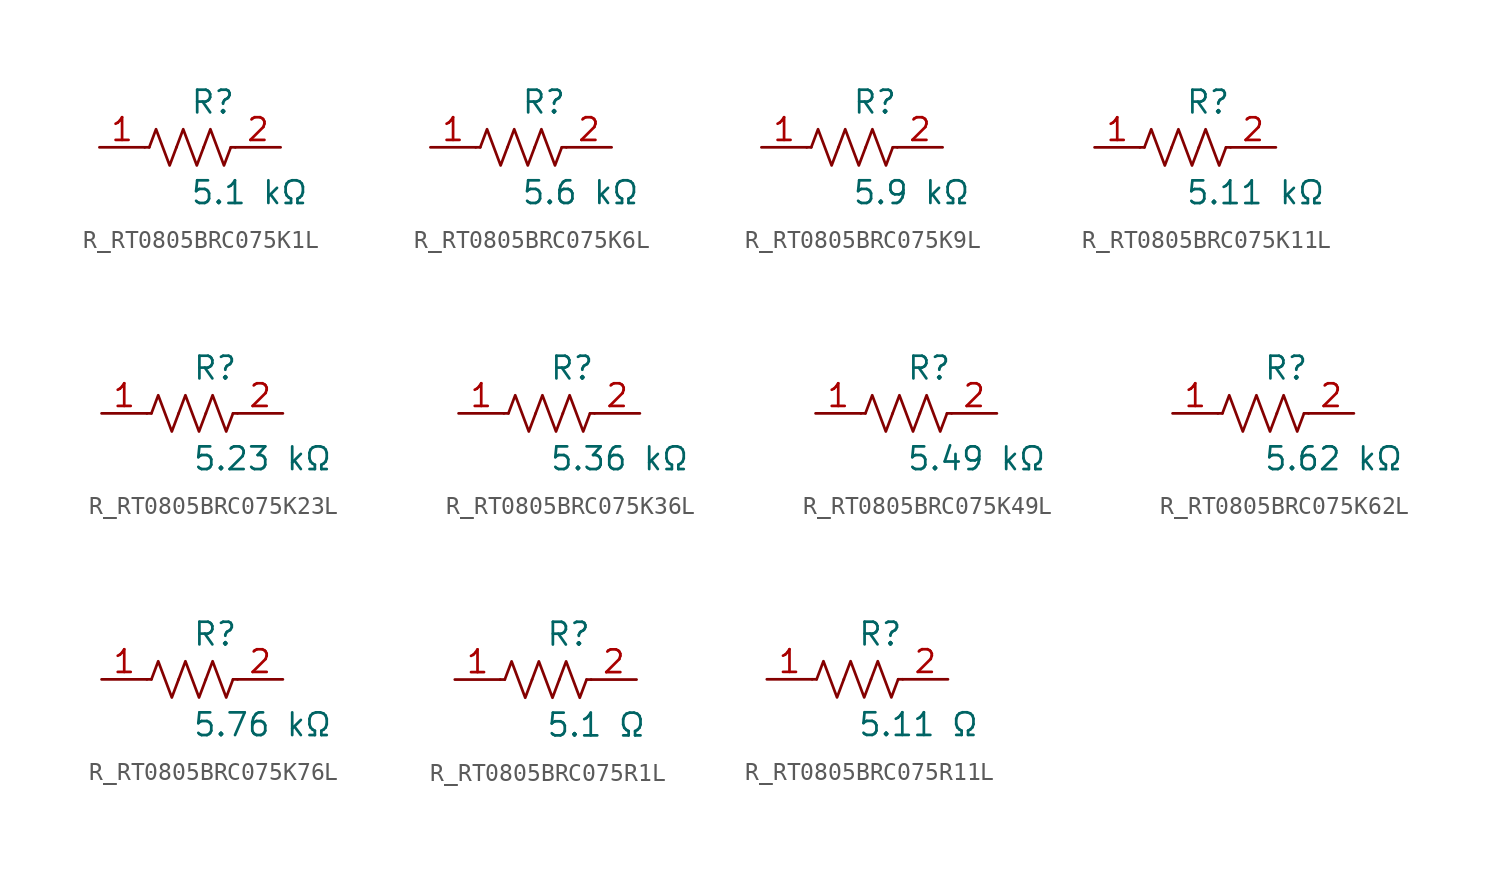
<source format=kicad_sym>
(kicad_symbol_lib
  (version 20231120)
  (generator kicad_symbol_editor)
  (generator_version 8.0)
  (symbol "R_RT0805BRC075K1L"
    (pin_names
      (offset 0.254))
    (property "Reference" "R"
      (at 0 2.54 0)
      (effects (font (size 1.27 1.27)) (justify left)))
    (property "Value" "5.1 kΩ"
      (at 0 -2.54 0)
      (effects (font (size 1.27 1.27)) (justify left)))
    (symbol "R_RT0805BRC075K1L_0_1"
      (polyline (pts (xy 2.286 0) (xy 2.54 0)) (stroke (width 0) (type default)) (fill (type none)))
      (polyline (pts (xy -2.286 0) (xy -2.54 0)) (stroke (width 0) (type default)) (fill (type none)))
      (polyline (pts (xy 0.762 0) (xy 1.143 1.016) (xy 1.524 0) (xy 1.905 -1.016) (xy 2.286 0)) (stroke (width 0) (type default)) (fill (type none)))
      (polyline (pts (xy -0.762 0) (xy -0.381 1.016) (xy 0 0) (xy 0.381 -1.016) (xy 0.762 0)) (stroke (width 0) (type default)) (fill (type none)))
      (polyline (pts (xy -2.286 0) (xy -1.905 1.016) (xy -1.524 0) (xy -1.143 -1.016) (xy -0.762 0)) (stroke (width 0) (type default)) (fill (type none))))
    (pin unspecified line
      (at -5.08 0 0)
      (length 2.54)
      (name "" (effects (font (size 1.27 1.27))))
      (number "1" (effects (font (size 1.27 1.27)))))
    (pin unspecified line
      (at 5.08 0 180)
      (length 2.54)
      (name "" (effects (font (size 1.27 1.27))))
      (number "2" (effects (font (size 1.27 1.27))))))
  (symbol "R_RT0805BRC075K6L"
    (pin_names
      (offset 0.254))
    (property "Reference" "R"
      (at 0 2.54 0)
      (effects (font (size 1.27 1.27)) (justify left)))
    (property "Value" "5.6 kΩ"
      (at 0 -2.54 0)
      (effects (font (size 1.27 1.27)) (justify left)))
    (symbol "R_RT0805BRC075K6L_0_1"
      (polyline (pts (xy 2.286 0) (xy 2.54 0)) (stroke (width 0) (type default)) (fill (type none)))
      (polyline (pts (xy -2.286 0) (xy -2.54 0)) (stroke (width 0) (type default)) (fill (type none)))
      (polyline (pts (xy 0.762 0) (xy 1.143 1.016) (xy 1.524 0) (xy 1.905 -1.016) (xy 2.286 0)) (stroke (width 0) (type default)) (fill (type none)))
      (polyline (pts (xy -0.762 0) (xy -0.381 1.016) (xy 0 0) (xy 0.381 -1.016) (xy 0.762 0)) (stroke (width 0) (type default)) (fill (type none)))
      (polyline (pts (xy -2.286 0) (xy -1.905 1.016) (xy -1.524 0) (xy -1.143 -1.016) (xy -0.762 0)) (stroke (width 0) (type default)) (fill (type none))))
    (pin unspecified line
      (at -5.08 0 0)
      (length 2.54)
      (name "" (effects (font (size 1.27 1.27))))
      (number "1" (effects (font (size 1.27 1.27)))))
    (pin unspecified line
      (at 5.08 0 180)
      (length 2.54)
      (name "" (effects (font (size 1.27 1.27))))
      (number "2" (effects (font (size 1.27 1.27))))))
  (symbol "R_RT0805BRC075K9L"
    (pin_names
      (offset 0.254))
    (property "Reference" "R"
      (at 0 2.54 0)
      (effects (font (size 1.27 1.27)) (justify left)))
    (property "Value" "5.9 kΩ"
      (at 0 -2.54 0)
      (effects (font (size 1.27 1.27)) (justify left)))
    (symbol "R_RT0805BRC075K9L_0_1"
      (polyline (pts (xy 2.286 0) (xy 2.54 0)) (stroke (width 0) (type default)) (fill (type none)))
      (polyline (pts (xy -2.286 0) (xy -2.54 0)) (stroke (width 0) (type default)) (fill (type none)))
      (polyline (pts (xy 0.762 0) (xy 1.143 1.016) (xy 1.524 0) (xy 1.905 -1.016) (xy 2.286 0)) (stroke (width 0) (type default)) (fill (type none)))
      (polyline (pts (xy -0.762 0) (xy -0.381 1.016) (xy 0 0) (xy 0.381 -1.016) (xy 0.762 0)) (stroke (width 0) (type default)) (fill (type none)))
      (polyline (pts (xy -2.286 0) (xy -1.905 1.016) (xy -1.524 0) (xy -1.143 -1.016) (xy -0.762 0)) (stroke (width 0) (type default)) (fill (type none))))
    (pin unspecified line
      (at -5.08 0 0)
      (length 2.54)
      (name "" (effects (font (size 1.27 1.27))))
      (number "1" (effects (font (size 1.27 1.27)))))
    (pin unspecified line
      (at 5.08 0 180)
      (length 2.54)
      (name "" (effects (font (size 1.27 1.27))))
      (number "2" (effects (font (size 1.27 1.27))))))
  (symbol "R_RT0805BRC075K11L"
    (pin_names
      (offset 0.254))
    (property "Reference" "R"
      (at 0 2.54 0)
      (effects (font (size 1.27 1.27)) (justify left)))
    (property "Value" "5.11 kΩ"
      (at 0 -2.54 0)
      (effects (font (size 1.27 1.27)) (justify left)))
    (symbol "R_RT0805BRC075K11L_0_1"
      (polyline (pts (xy 2.286 0) (xy 2.54 0)) (stroke (width 0) (type default)) (fill (type none)))
      (polyline (pts (xy -2.286 0) (xy -2.54 0)) (stroke (width 0) (type default)) (fill (type none)))
      (polyline (pts (xy 0.762 0) (xy 1.143 1.016) (xy 1.524 0) (xy 1.905 -1.016) (xy 2.286 0)) (stroke (width 0) (type default)) (fill (type none)))
      (polyline (pts (xy -0.762 0) (xy -0.381 1.016) (xy 0 0) (xy 0.381 -1.016) (xy 0.762 0)) (stroke (width 0) (type default)) (fill (type none)))
      (polyline (pts (xy -2.286 0) (xy -1.905 1.016) (xy -1.524 0) (xy -1.143 -1.016) (xy -0.762 0)) (stroke (width 0) (type default)) (fill (type none))))
    (pin unspecified line
      (at -5.08 0 0)
      (length 2.54)
      (name "" (effects (font (size 1.27 1.27))))
      (number "1" (effects (font (size 1.27 1.27)))))
    (pin unspecified line
      (at 5.08 0 180)
      (length 2.54)
      (name "" (effects (font (size 1.27 1.27))))
      (number "2" (effects (font (size 1.27 1.27))))))
  (symbol "R_RT0805BRC075K23L"
    (pin_names
      (offset 0.254))
    (property "Reference" "R"
      (at 0 2.54 0)
      (effects (font (size 1.27 1.27)) (justify left)))
    (property "Value" "5.23 kΩ"
      (at 0 -2.54 0)
      (effects (font (size 1.27 1.27)) (justify left)))
    (symbol "R_RT0805BRC075K23L_0_1"
      (polyline (pts (xy 2.286 0) (xy 2.54 0)) (stroke (width 0) (type default)) (fill (type none)))
      (polyline (pts (xy -2.286 0) (xy -2.54 0)) (stroke (width 0) (type default)) (fill (type none)))
      (polyline (pts (xy 0.762 0) (xy 1.143 1.016) (xy 1.524 0) (xy 1.905 -1.016) (xy 2.286 0)) (stroke (width 0) (type default)) (fill (type none)))
      (polyline (pts (xy -0.762 0) (xy -0.381 1.016) (xy 0 0) (xy 0.381 -1.016) (xy 0.762 0)) (stroke (width 0) (type default)) (fill (type none)))
      (polyline (pts (xy -2.286 0) (xy -1.905 1.016) (xy -1.524 0) (xy -1.143 -1.016) (xy -0.762 0)) (stroke (width 0) (type default)) (fill (type none))))
    (pin unspecified line
      (at -5.08 0 0)
      (length 2.54)
      (name "" (effects (font (size 1.27 1.27))))
      (number "1" (effects (font (size 1.27 1.27)))))
    (pin unspecified line
      (at 5.08 0 180)
      (length 2.54)
      (name "" (effects (font (size 1.27 1.27))))
      (number "2" (effects (font (size 1.27 1.27))))))
  (symbol "R_RT0805BRC075K36L"
    (pin_names
      (offset 0.254))
    (property "Reference" "R"
      (at 0 2.54 0)
      (effects (font (size 1.27 1.27)) (justify left)))
    (property "Value" "5.36 kΩ"
      (at 0 -2.54 0)
      (effects (font (size 1.27 1.27)) (justify left)))
    (symbol "R_RT0805BRC075K36L_0_1"
      (polyline (pts (xy 2.286 0) (xy 2.54 0)) (stroke (width 0) (type default)) (fill (type none)))
      (polyline (pts (xy -2.286 0) (xy -2.54 0)) (stroke (width 0) (type default)) (fill (type none)))
      (polyline (pts (xy 0.762 0) (xy 1.143 1.016) (xy 1.524 0) (xy 1.905 -1.016) (xy 2.286 0)) (stroke (width 0) (type default)) (fill (type none)))
      (polyline (pts (xy -0.762 0) (xy -0.381 1.016) (xy 0 0) (xy 0.381 -1.016) (xy 0.762 0)) (stroke (width 0) (type default)) (fill (type none)))
      (polyline (pts (xy -2.286 0) (xy -1.905 1.016) (xy -1.524 0) (xy -1.143 -1.016) (xy -0.762 0)) (stroke (width 0) (type default)) (fill (type none))))
    (pin unspecified line
      (at -5.08 0 0)
      (length 2.54)
      (name "" (effects (font (size 1.27 1.27))))
      (number "1" (effects (font (size 1.27 1.27)))))
    (pin unspecified line
      (at 5.08 0 180)
      (length 2.54)
      (name "" (effects (font (size 1.27 1.27))))
      (number "2" (effects (font (size 1.27 1.27))))))
  (symbol "R_RT0805BRC075K49L"
    (pin_names
      (offset 0.254))
    (property "Reference" "R"
      (at 0 2.54 0)
      (effects (font (size 1.27 1.27)) (justify left)))
    (property "Value" "5.49 kΩ"
      (at 0 -2.54 0)
      (effects (font (size 1.27 1.27)) (justify left)))
    (symbol "R_RT0805BRC075K49L_0_1"
      (polyline (pts (xy 2.286 0) (xy 2.54 0)) (stroke (width 0) (type default)) (fill (type none)))
      (polyline (pts (xy -2.286 0) (xy -2.54 0)) (stroke (width 0) (type default)) (fill (type none)))
      (polyline (pts (xy 0.762 0) (xy 1.143 1.016) (xy 1.524 0) (xy 1.905 -1.016) (xy 2.286 0)) (stroke (width 0) (type default)) (fill (type none)))
      (polyline (pts (xy -0.762 0) (xy -0.381 1.016) (xy 0 0) (xy 0.381 -1.016) (xy 0.762 0)) (stroke (width 0) (type default)) (fill (type none)))
      (polyline (pts (xy -2.286 0) (xy -1.905 1.016) (xy -1.524 0) (xy -1.143 -1.016) (xy -0.762 0)) (stroke (width 0) (type default)) (fill (type none))))
    (pin unspecified line
      (at -5.08 0 0)
      (length 2.54)
      (name "" (effects (font (size 1.27 1.27))))
      (number "1" (effects (font (size 1.27 1.27)))))
    (pin unspecified line
      (at 5.08 0 180)
      (length 2.54)
      (name "" (effects (font (size 1.27 1.27))))
      (number "2" (effects (font (size 1.27 1.27))))))
  (symbol "R_RT0805BRC075K62L"
    (pin_names
      (offset 0.254))
    (property "Reference" "R"
      (at 0 2.54 0)
      (effects (font (size 1.27 1.27)) (justify left)))
    (property "Value" "5.62 kΩ"
      (at 0 -2.54 0)
      (effects (font (size 1.27 1.27)) (justify left)))
    (symbol "R_RT0805BRC075K62L_0_1"
      (polyline (pts (xy 2.286 0) (xy 2.54 0)) (stroke (width 0) (type default)) (fill (type none)))
      (polyline (pts (xy -2.286 0) (xy -2.54 0)) (stroke (width 0) (type default)) (fill (type none)))
      (polyline (pts (xy 0.762 0) (xy 1.143 1.016) (xy 1.524 0) (xy 1.905 -1.016) (xy 2.286 0)) (stroke (width 0) (type default)) (fill (type none)))
      (polyline (pts (xy -0.762 0) (xy -0.381 1.016) (xy 0 0) (xy 0.381 -1.016) (xy 0.762 0)) (stroke (width 0) (type default)) (fill (type none)))
      (polyline (pts (xy -2.286 0) (xy -1.905 1.016) (xy -1.524 0) (xy -1.143 -1.016) (xy -0.762 0)) (stroke (width 0) (type default)) (fill (type none))))
    (pin unspecified line
      (at -5.08 0 0)
      (length 2.54)
      (name "" (effects (font (size 1.27 1.27))))
      (number "1" (effects (font (size 1.27 1.27)))))
    (pin unspecified line
      (at 5.08 0 180)
      (length 2.54)
      (name "" (effects (font (size 1.27 1.27))))
      (number "2" (effects (font (size 1.27 1.27))))))
  (symbol "R_RT0805BRC075K76L"
    (pin_names
      (offset 0.254))
    (property "Reference" "R"
      (at 0 2.54 0)
      (effects (font (size 1.27 1.27)) (justify left)))
    (property "Value" "5.76 kΩ"
      (at 0 -2.54 0)
      (effects (font (size 1.27 1.27)) (justify left)))
    (symbol "R_RT0805BRC075K76L_0_1"
      (polyline (pts (xy 2.286 0) (xy 2.54 0)) (stroke (width 0) (type default)) (fill (type none)))
      (polyline (pts (xy -2.286 0) (xy -2.54 0)) (stroke (width 0) (type default)) (fill (type none)))
      (polyline (pts (xy 0.762 0) (xy 1.143 1.016) (xy 1.524 0) (xy 1.905 -1.016) (xy 2.286 0)) (stroke (width 0) (type default)) (fill (type none)))
      (polyline (pts (xy -0.762 0) (xy -0.381 1.016) (xy 0 0) (xy 0.381 -1.016) (xy 0.762 0)) (stroke (width 0) (type default)) (fill (type none)))
      (polyline (pts (xy -2.286 0) (xy -1.905 1.016) (xy -1.524 0) (xy -1.143 -1.016) (xy -0.762 0)) (stroke (width 0) (type default)) (fill (type none))))
    (pin unspecified line
      (at -5.08 0 0)
      (length 2.54)
      (name "" (effects (font (size 1.27 1.27))))
      (number "1" (effects (font (size 1.27 1.27)))))
    (pin unspecified line
      (at 5.08 0 180)
      (length 2.54)
      (name "" (effects (font (size 1.27 1.27))))
      (number "2" (effects (font (size 1.27 1.27))))))
  (symbol "R_RT0805BRC075R1L"
    (pin_names
      (offset 0.254))
    (property "Reference" "R"
      (at 0 2.54 0)
      (effects (font (size 1.27 1.27)) (justify left)))
    (property "Value" "5.1 Ω"
      (at 0 -2.54 0)
      (effects (font (size 1.27 1.27)) (justify left)))
    (symbol "R_RT0805BRC075R1L_0_1"
      (polyline (pts (xy 2.286 0) (xy 2.54 0)) (stroke (width 0) (type default)) (fill (type none)))
      (polyline (pts (xy -2.286 0) (xy -2.54 0)) (stroke (width 0) (type default)) (fill (type none)))
      (polyline (pts (xy 0.762 0) (xy 1.143 1.016) (xy 1.524 0) (xy 1.905 -1.016) (xy 2.286 0)) (stroke (width 0) (type default)) (fill (type none)))
      (polyline (pts (xy -0.762 0) (xy -0.381 1.016) (xy 0 0) (xy 0.381 -1.016) (xy 0.762 0)) (stroke (width 0) (type default)) (fill (type none)))
      (polyline (pts (xy -2.286 0) (xy -1.905 1.016) (xy -1.524 0) (xy -1.143 -1.016) (xy -0.762 0)) (stroke (width 0) (type default)) (fill (type none))))
    (pin unspecified line
      (at -5.08 0 0)
      (length 2.54)
      (name "" (effects (font (size 1.27 1.27))))
      (number "1" (effects (font (size 1.27 1.27)))))
    (pin unspecified line
      (at 5.08 0 180)
      (length 2.54)
      (name "" (effects (font (size 1.27 1.27))))
      (number "2" (effects (font (size 1.27 1.27))))))
  (symbol "R_RT0805BRC075R11L"
    (pin_names
      (offset 0.254))
    (property "Reference" "R"
      (at 0 2.54 0)
      (effects (font (size 1.27 1.27)) (justify left)))
    (property "Value" "5.11 Ω"
      (at 0 -2.54 0)
      (effects (font (size 1.27 1.27)) (justify left)))
    (symbol "R_RT0805BRC075R11L_0_1"
      (polyline (pts (xy 2.286 0) (xy 2.54 0)) (stroke (width 0) (type default)) (fill (type none)))
      (polyline (pts (xy -2.286 0) (xy -2.54 0)) (stroke (width 0) (type default)) (fill (type none)))
      (polyline (pts (xy 0.762 0) (xy 1.143 1.016) (xy 1.524 0) (xy 1.905 -1.016) (xy 2.286 0)) (stroke (width 0) (type default)) (fill (type none)))
      (polyline (pts (xy -0.762 0) (xy -0.381 1.016) (xy 0 0) (xy 0.381 -1.016) (xy 0.762 0)) (stroke (width 0) (type default)) (fill (type none)))
      (polyline (pts (xy -2.286 0) (xy -1.905 1.016) (xy -1.524 0) (xy -1.143 -1.016) (xy -0.762 0)) (stroke (width 0) (type default)) (fill (type none))))
    (pin unspecified line
      (at -5.08 0 0)
      (length 2.54)
      (name "" (effects (font (size 1.27 1.27))))
      (number "1" (effects (font (size 1.27 1.27)))))
    (pin unspecified line
      (at 5.08 0 180)
      (length 2.54)
      (name "" (effects (font (size 1.27 1.27))))
      (number "2" (effects (font (size 1.27 1.27)))))))
</source>
